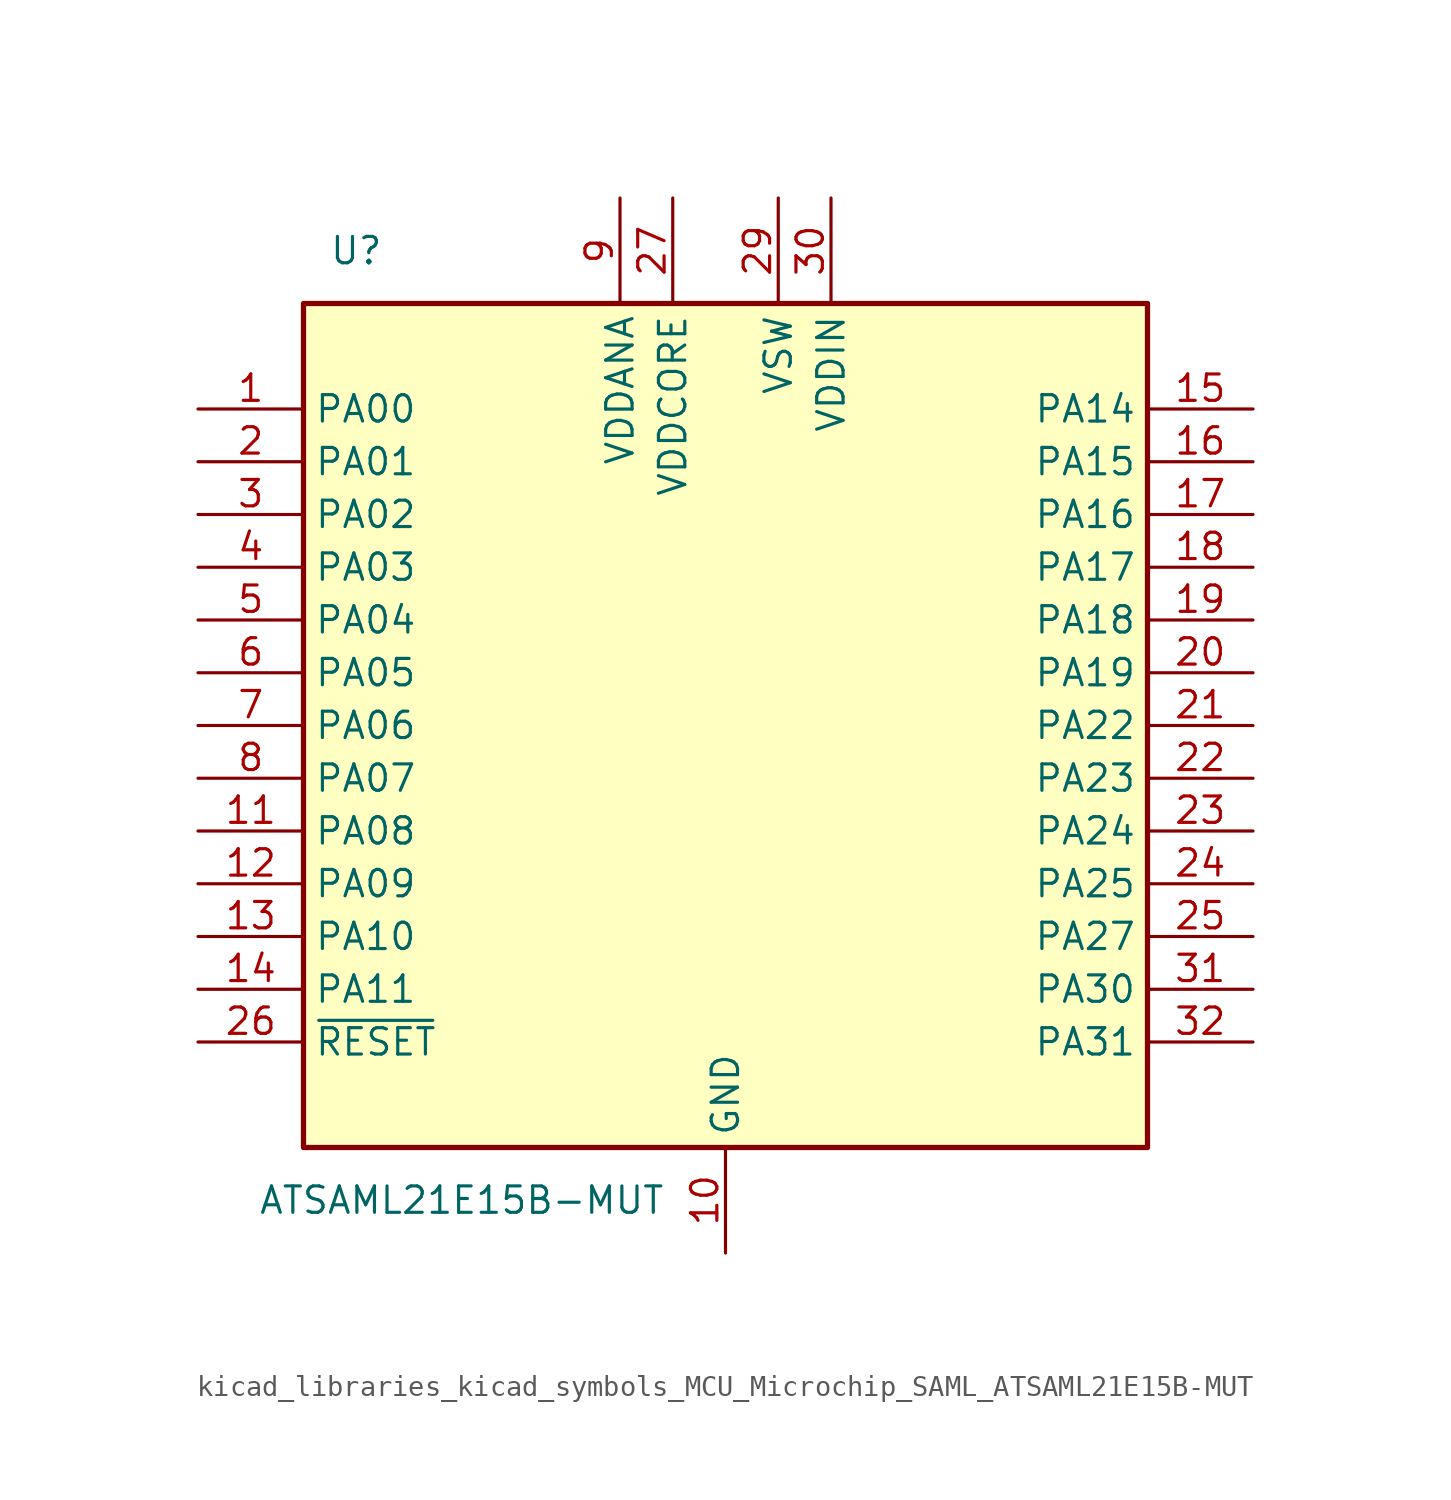
<source format=kicad_sym>
(kicad_symbol_lib
  (version 20220914)
  (generator kicad_symbol_editor)
  (symbol "kicad_libraries_kicad_symbols_MCU_Microchip_SAML_ATSAML21E15B-MUT"
    (property "Reference" "U"
      (at -17.78 22.86 0)
      (effects (font (size 1.27 1.27))))
    (property "Value" "ATSAML21E15B-MUT"
      (at -12.7 -22.86 0)
      (effects (font (size 1.27 1.27))))
    (symbol "kicad_libraries_kicad_symbols_MCU_Microchip_SAML_ATSAML21E15B-MUT_0_1"
      (rectangle (start -20.32 20.32) (end 20.32 -20.32) (stroke (width 0.254) (type default)) (fill (type background))))
    (symbol "kicad_libraries_kicad_symbols_MCU_Microchip_SAML_ATSAML21E15B-MUT_1_1"
      (pin bidirectional line (at -25.4 15.24 0) (length 5.08) (name "PA00" (effects (font (size 1.27 1.27)))) (number "1" (effects (font (size 1.27 1.27)))))
      (pin power_in line (at 0 -25.4 90) (length 5.08) (name "GND" (effects (font (size 1.27 1.27)))) (number "10" (effects (font (size 1.27 1.27)))))
      (pin bidirectional line (at -25.4 -5.08 0) (length 5.08) (name "PA08" (effects (font (size 1.27 1.27)))) (number "11" (effects (font (size 1.27 1.27)))))
      (pin bidirectional line (at -25.4 -7.62 0) (length 5.08) (name "PA09" (effects (font (size 1.27 1.27)))) (number "12" (effects (font (size 1.27 1.27)))))
      (pin bidirectional line (at -25.4 -10.16 0) (length 5.08) (name "PA10" (effects (font (size 1.27 1.27)))) (number "13" (effects (font (size 1.27 1.27)))))
      (pin bidirectional line (at -25.4 -12.7 0) (length 5.08) (name "PA11" (effects (font (size 1.27 1.27)))) (number "14" (effects (font (size 1.27 1.27)))))
      (pin bidirectional line (at 25.4 15.24 180) (length 5.08) (name "PA14" (effects (font (size 1.27 1.27)))) (number "15" (effects (font (size 1.27 1.27)))))
      (pin bidirectional line (at 25.4 12.7 180) (length 5.08) (name "PA15" (effects (font (size 1.27 1.27)))) (number "16" (effects (font (size 1.27 1.27)))))
      (pin bidirectional line (at 25.4 10.16 180) (length 5.08) (name "PA16" (effects (font (size 1.27 1.27)))) (number "17" (effects (font (size 1.27 1.27)))))
      (pin bidirectional line (at 25.4 7.62 180) (length 5.08) (name "PA17" (effects (font (size 1.27 1.27)))) (number "18" (effects (font (size 1.27 1.27)))))
      (pin bidirectional line (at 25.4 5.08 180) (length 5.08) (name "PA18" (effects (font (size 1.27 1.27)))) (number "19" (effects (font (size 1.27 1.27)))))
      (pin bidirectional line (at -25.4 12.7 0) (length 5.08) (name "PA01" (effects (font (size 1.27 1.27)))) (number "2" (effects (font (size 1.27 1.27)))))
      (pin bidirectional line (at 25.4 2.54 180) (length 5.08) (name "PA19" (effects (font (size 1.27 1.27)))) (number "20" (effects (font (size 1.27 1.27)))))
      (pin bidirectional line (at 25.4 0 180) (length 5.08) (name "PA22" (effects (font (size 1.27 1.27)))) (number "21" (effects (font (size 1.27 1.27)))))
      (pin bidirectional line (at 25.4 -2.54 180) (length 5.08) (name "PA23" (effects (font (size 1.27 1.27)))) (number "22" (effects (font (size 1.27 1.27)))))
      (pin bidirectional line (at 25.4 -5.08 180) (length 5.08) (name "PA24" (effects (font (size 1.27 1.27)))) (number "23" (effects (font (size 1.27 1.27)))))
      (pin bidirectional line (at 25.4 -7.62 180) (length 5.08) (name "PA25" (effects (font (size 1.27 1.27)))) (number "24" (effects (font (size 1.27 1.27)))))
      (pin bidirectional line (at 25.4 -10.16 180) (length 5.08) (name "PA27" (effects (font (size 1.27 1.27)))) (number "25" (effects (font (size 1.27 1.27)))))
      (pin input line (at -25.4 -15.24 0) (length 5.08) (name "~{RESET}" (effects (font (size 1.27 1.27)))) (number "26" (effects (font (size 1.27 1.27)))))
      (pin power_in line (at -2.54 25.4 270) (length 5.08) (name "VDDCORE" (effects (font (size 1.27 1.27)))) (number "27" (effects (font (size 1.27 1.27)))))
      (pin passive line (at 0 -25.4 90) (length 5.08) hide (name "GND" (effects (font (size 1.27 1.27)))) (number "28" (effects (font (size 1.27 1.27)))))
      (pin power_out line (at 2.54 25.4 270) (length 5.08) (name "VSW" (effects (font (size 1.27 1.27)))) (number "29" (effects (font (size 1.27 1.27)))))
      (pin bidirectional line (at -25.4 10.16 0) (length 5.08) (name "PA02" (effects (font (size 1.27 1.27)))) (number "3" (effects (font (size 1.27 1.27)))))
      (pin power_in line (at 5.08 25.4 270) (length 5.08) (name "VDDIN" (effects (font (size 1.27 1.27)))) (number "30" (effects (font (size 1.27 1.27)))))
      (pin bidirectional line (at 25.4 -12.7 180) (length 5.08) (name "PA30" (effects (font (size 1.27 1.27)))) (number "31" (effects (font (size 1.27 1.27)))))
      (pin bidirectional line (at 25.4 -15.24 180) (length 5.08) (name "PA31" (effects (font (size 1.27 1.27)))) (number "32" (effects (font (size 1.27 1.27)))))
      (pin bidirectional line (at -25.4 7.62 0) (length 5.08) (name "PA03" (effects (font (size 1.27 1.27)))) (number "4" (effects (font (size 1.27 1.27)))))
      (pin bidirectional line (at -25.4 5.08 0) (length 5.08) (name "PA04" (effects (font (size 1.27 1.27)))) (number "5" (effects (font (size 1.27 1.27)))))
      (pin bidirectional line (at -25.4 2.54 0) (length 5.08) (name "PA05" (effects (font (size 1.27 1.27)))) (number "6" (effects (font (size 1.27 1.27)))))
      (pin bidirectional line (at -25.4 0 0) (length 5.08) (name "PA06" (effects (font (size 1.27 1.27)))) (number "7" (effects (font (size 1.27 1.27)))))
      (pin bidirectional line (at -25.4 -2.54 0) (length 5.08) (name "PA07" (effects (font (size 1.27 1.27)))) (number "8" (effects (font (size 1.27 1.27)))))
      (pin power_in line (at -5.08 25.4 270) (length 5.08) (name "VDDANA" (effects (font (size 1.27 1.27)))) (number "9" (effects (font (size 1.27 1.27))))))))
</source>
